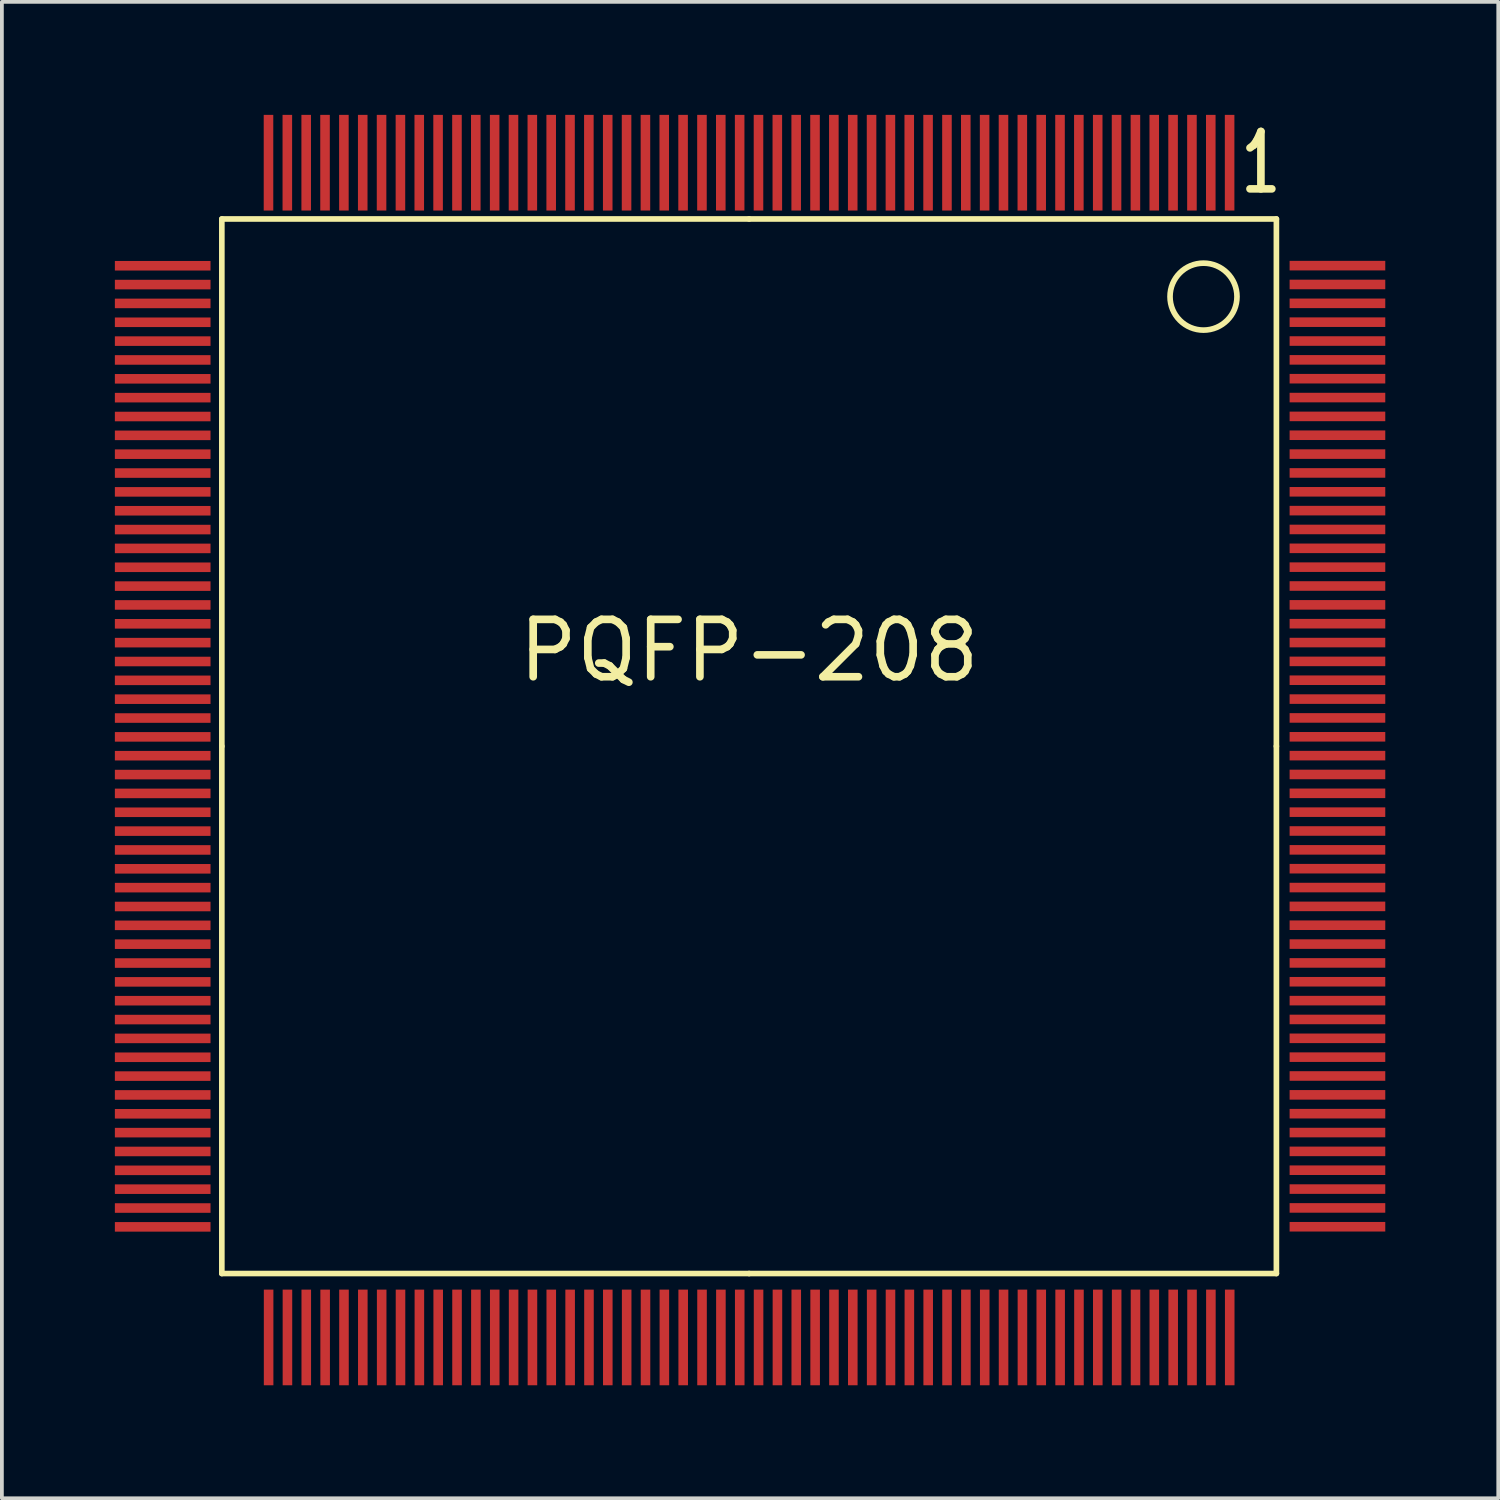
<source format=kicad_pcb>
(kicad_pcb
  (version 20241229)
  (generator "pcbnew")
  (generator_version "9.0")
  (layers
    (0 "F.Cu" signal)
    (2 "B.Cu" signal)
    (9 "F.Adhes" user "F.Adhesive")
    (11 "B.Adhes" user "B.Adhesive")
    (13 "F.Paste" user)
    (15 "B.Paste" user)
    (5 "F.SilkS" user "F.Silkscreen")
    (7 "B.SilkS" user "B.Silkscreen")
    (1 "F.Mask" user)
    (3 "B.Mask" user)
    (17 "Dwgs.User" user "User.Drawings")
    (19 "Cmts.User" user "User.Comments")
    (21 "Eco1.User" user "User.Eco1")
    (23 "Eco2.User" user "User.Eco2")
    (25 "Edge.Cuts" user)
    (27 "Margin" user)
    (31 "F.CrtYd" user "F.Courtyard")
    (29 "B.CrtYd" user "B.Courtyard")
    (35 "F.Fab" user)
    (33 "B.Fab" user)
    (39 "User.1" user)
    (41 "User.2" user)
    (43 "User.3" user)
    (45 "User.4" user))
  (footprint "PQFP-208"
    (layer "F.Cu")
    (at 16.84 16.764)
    (property "Reference" "PQFP-208" (at 0 -2.54 0) (layer "F.SilkS") (effects (font (size 1.524 1.524) (thickness 0.203))))
    (attr smd)
    (fp_line (start -14 -14) (end -14 0) (stroke (width 0.15) (type solid)) (layer "F.SilkS"))
    (fp_line (start -14 0) (end -14 14) (stroke (width 0.15) (type solid)) (layer "F.SilkS"))
    (fp_line (start -14 14) (end 0 14) (stroke (width 0.15) (type solid)) (layer "F.SilkS"))
    (fp_line (start 0 -14) (end -14 -14) (stroke (width 0.15) (type solid)) (layer "F.SilkS"))
    (fp_line (start 0 14) (end 14 14) (stroke (width 0.15) (type solid)) (layer "F.SilkS"))
    (fp_line (start 14 -14) (end 0 -14) (stroke (width 0.15) (type solid)) (layer "F.SilkS"))
    (fp_line (start 14 0) (end 14 -14) (stroke (width 0.15) (type solid)) (layer "F.SilkS"))
    (fp_line (start 14 14) (end 14 0) (stroke (width 0.15) (type solid)) (layer "F.SilkS"))
    (fp_circle (center 12.065 -11.938) (end 12.065 -12.827) (stroke (width 0.15) (type solid)) (fill no) (layer "F.SilkS"))
    (fp_text user "1" (at 13.589 -15.494 0) (layer "F.SilkS") (effects (font (size 1.524 1.016) (thickness 0.203))))
    (pad "1" smd rect (at 12.758 -15.494 90) (size 2.54 0.254) (layers "F.Cu" "F.Mask" "F.Paste"))
    (pad "2" smd rect (at 12.258 -15.494 90) (size 2.54 0.254) (layers "F.Cu" "F.Mask" "F.Paste"))
    (pad "3" smd rect (at 11.758 -15.494 90) (size 2.54 0.254) (layers "F.Cu" "F.Mask" "F.Paste"))
    (pad "4" smd rect (at 11.257 -15.494 90) (size 2.54 0.254) (layers "F.Cu" "F.Mask" "F.Paste"))
    (pad "5" smd rect (at 10.757 -15.494 90) (size 2.54 0.254) (layers "F.Cu" "F.Mask" "F.Paste"))
    (pad "6" smd rect (at 10.257 -15.494 90) (size 2.54 0.254) (layers "F.Cu" "F.Mask" "F.Paste"))
    (pad "7" smd rect (at 9.756 -15.494 90) (size 2.54 0.254) (layers "F.Cu" "F.Mask" "F.Paste"))
    (pad "8" smd rect (at 9.256 -15.494 90) (size 2.54 0.254) (layers "F.Cu" "F.Mask" "F.Paste"))
    (pad "9" smd rect (at 8.755 -15.494 90) (size 2.54 0.254) (layers "F.Cu" "F.Mask" "F.Paste"))
    (pad "10" smd rect (at 8.255 -15.494 90) (size 2.54 0.254) (layers "F.Cu" "F.Mask" "F.Paste"))
    (pad "11" smd rect (at 7.755 -15.494 90) (size 2.54 0.254) (layers "F.Cu" "F.Mask" "F.Paste"))
    (pad "12" smd rect (at 7.254 -15.494 90) (size 2.54 0.254) (layers "F.Cu" "F.Mask" "F.Paste"))
    (pad "13" smd rect (at 6.754 -15.494 90) (size 2.54 0.254) (layers "F.Cu" "F.Mask" "F.Paste"))
    (pad "14" smd rect (at 6.253 -15.494 90) (size 2.54 0.254) (layers "F.Cu" "F.Mask" "F.Paste"))
    (pad "15" smd rect (at 5.753 -15.494 90) (size 2.54 0.254) (layers "F.Cu" "F.Mask" "F.Paste"))
    (pad "16" smd rect (at 5.253 -15.494 90) (size 2.54 0.254) (layers "F.Cu" "F.Mask" "F.Paste"))
    (pad "17" smd rect (at 4.752 -15.494 90) (size 2.54 0.254) (layers "F.Cu" "F.Mask" "F.Paste"))
    (pad "18" smd rect (at 4.252 -15.494 90) (size 2.54 0.254) (layers "F.Cu" "F.Mask" "F.Paste"))
    (pad "19" smd rect (at 3.752 -15.494 90) (size 2.54 0.254) (layers "F.Cu" "F.Mask" "F.Paste"))
    (pad "20" smd rect (at 3.251 -15.494 90) (size 2.54 0.254) (layers "F.Cu" "F.Mask" "F.Paste"))
    (pad "21" smd rect (at 2.751 -15.494 90) (size 2.54 0.254) (layers "F.Cu" "F.Mask" "F.Paste"))
    (pad "22" smd rect (at 2.25 -15.494 90) (size 2.54 0.254) (layers "F.Cu" "F.Mask" "F.Paste"))
    (pad "23" smd rect (at 1.75 -15.494 90) (size 2.54 0.254) (layers "F.Cu" "F.Mask" "F.Paste"))
    (pad "24" smd rect (at 1.25 -15.494 90) (size 2.54 0.254) (layers "F.Cu" "F.Mask" "F.Paste"))
    (pad "25" smd rect (at 0.749 -15.494 90) (size 2.54 0.254) (layers "F.Cu" "F.Mask" "F.Paste"))
    (pad "26" smd rect (at 0.249 -15.494 90) (size 2.54 0.254) (layers "F.Cu" "F.Mask" "F.Paste"))
    (pad "27" smd rect (at -0.251 -15.494 90) (size 2.54 0.254) (layers "F.Cu" "F.Mask" "F.Paste"))
    (pad "28" smd rect (at -0.752 -15.494 90) (size 2.54 0.254) (layers "F.Cu" "F.Mask" "F.Paste"))
    (pad "29" smd rect (at -1.252 -15.494 90) (size 2.54 0.254) (layers "F.Cu" "F.Mask" "F.Paste"))
    (pad "30" smd rect (at -1.753 -15.494 90) (size 2.54 0.254) (layers "F.Cu" "F.Mask" "F.Paste"))
    (pad "31" smd rect (at -2.253 -15.494 90) (size 2.54 0.254) (layers "F.Cu" "F.Mask" "F.Paste"))
    (pad "32" smd rect (at -2.753 -15.494 90) (size 2.54 0.254) (layers "F.Cu" "F.Mask" "F.Paste"))
    (pad "33" smd rect (at -3.254 -15.494 90) (size 2.54 0.254) (layers "F.Cu" "F.Mask" "F.Paste"))
    (pad "34" smd rect (at -3.754 -15.494 90) (size 2.54 0.254) (layers "F.Cu" "F.Mask" "F.Paste"))
    (pad "35" smd rect (at -4.255 -15.494 90) (size 2.54 0.254) (layers "F.Cu" "F.Mask" "F.Paste"))
    (pad "36" smd rect (at -4.755 -15.494 90) (size 2.54 0.254) (layers "F.Cu" "F.Mask" "F.Paste"))
    (pad "37" smd rect (at -5.255 -15.494 90) (size 2.54 0.254) (layers "F.Cu" "F.Mask" "F.Paste"))
    (pad "38" smd rect (at -5.756 -15.494 90) (size 2.54 0.254) (layers "F.Cu" "F.Mask" "F.Paste"))
    (pad "39" smd rect (at -6.256 -15.494 90) (size 2.54 0.254) (layers "F.Cu" "F.Mask" "F.Paste"))
    (pad "40" smd rect (at -6.756 -15.494 90) (size 2.54 0.254) (layers "F.Cu" "F.Mask" "F.Paste"))
    (pad "41" smd rect (at -7.257 -15.494 90) (size 2.54 0.254) (layers "F.Cu" "F.Mask" "F.Paste"))
    (pad "42" smd rect (at -7.757 -15.494 90) (size 2.54 0.254) (layers "F.Cu" "F.Mask" "F.Paste"))
    (pad "43" smd rect (at -8.258 -15.494 90) (size 2.54 0.254) (layers "F.Cu" "F.Mask" "F.Paste"))
    (pad "44" smd rect (at -8.758 -15.494 90) (size 2.54 0.254) (layers "F.Cu" "F.Mask" "F.Paste"))
    (pad "45" smd rect (at -9.258 -15.494 90) (size 2.54 0.254) (layers "F.Cu" "F.Mask" "F.Paste"))
    (pad "46" smd rect (at -9.759 -15.494 90) (size 2.54 0.254) (layers "F.Cu" "F.Mask" "F.Paste"))
    (pad "47" smd rect (at -10.259 -15.494 90) (size 2.54 0.254) (layers "F.Cu" "F.Mask" "F.Paste"))
    (pad "48" smd rect (at -10.759 -15.494 90) (size 2.54 0.254) (layers "F.Cu" "F.Mask" "F.Paste"))
    (pad "49" smd rect (at -11.26 -15.494 90) (size 2.54 0.254) (layers "F.Cu" "F.Mask" "F.Paste"))
    (pad "50" smd rect (at -11.76 -15.494 90) (size 2.54 0.254) (layers "F.Cu" "F.Mask" "F.Paste"))
    (pad "51" smd rect (at -12.261 -15.494 90) (size 2.54 0.254) (layers "F.Cu" "F.Mask" "F.Paste"))
    (pad "52" smd rect (at -12.761 -15.494 90) (size 2.54 0.254) (layers "F.Cu" "F.Mask" "F.Paste"))
    (pad "53" smd rect (at -15.57 -12.758) (size 2.54 0.254) (layers "F.Cu" "F.Mask" "F.Paste"))
    (pad "54" smd rect (at -15.57 -12.258) (size 2.54 0.254) (layers "F.Cu" "F.Mask" "F.Paste"))
    (pad "55" smd rect (at -15.57 -11.758) (size 2.54 0.254) (layers "F.Cu" "F.Mask" "F.Paste"))
    (pad "56" smd rect (at -15.57 -11.257) (size 2.54 0.254) (layers "F.Cu" "F.Mask" "F.Paste"))
    (pad "57" smd rect (at -15.57 -10.757) (size 2.54 0.254) (layers "F.Cu" "F.Mask" "F.Paste"))
    (pad "58" smd rect (at -15.57 -10.257) (size 2.54 0.254) (layers "F.Cu" "F.Mask" "F.Paste"))
    (pad "59" smd rect (at -15.57 -9.756) (size 2.54 0.254) (layers "F.Cu" "F.Mask" "F.Paste"))
    (pad "60" smd rect (at -15.57 -9.256) (size 2.54 0.254) (layers "F.Cu" "F.Mask" "F.Paste"))
    (pad "61" smd rect (at -15.57 -8.755) (size 2.54 0.254) (layers "F.Cu" "F.Mask" "F.Paste"))
    (pad "62" smd rect (at -15.57 -8.255) (size 2.54 0.254) (layers "F.Cu" "F.Mask" "F.Paste"))
    (pad "63" smd rect (at -15.57 -7.755) (size 2.54 0.254) (layers "F.Cu" "F.Mask" "F.Paste"))
    (pad "64" smd rect (at -15.57 -7.254) (size 2.54 0.254) (layers "F.Cu" "F.Mask" "F.Paste"))
    (pad "65" smd rect (at -15.57 -6.754) (size 2.54 0.254) (layers "F.Cu" "F.Mask" "F.Paste"))
    (pad "66" smd rect (at -15.57 -6.253) (size 2.54 0.254) (layers "F.Cu" "F.Mask" "F.Paste"))
    (pad "67" smd rect (at -15.57 -5.753) (size 2.54 0.254) (layers "F.Cu" "F.Mask" "F.Paste"))
    (pad "68" smd rect (at -15.57 -5.253) (size 2.54 0.254) (layers "F.Cu" "F.Mask" "F.Paste"))
    (pad "69" smd rect (at -15.57 -4.752) (size 2.54 0.254) (layers "F.Cu" "F.Mask" "F.Paste"))
    (pad "70" smd rect (at -15.57 -4.252) (size 2.54 0.254) (layers "F.Cu" "F.Mask" "F.Paste"))
    (pad "71" smd rect (at -15.57 -3.752) (size 2.54 0.254) (layers "F.Cu" "F.Mask" "F.Paste"))
    (pad "72" smd rect (at -15.57 -3.251) (size 2.54 0.254) (layers "F.Cu" "F.Mask" "F.Paste"))
    (pad "73" smd rect (at -15.57 -2.751) (size 2.54 0.254) (layers "F.Cu" "F.Mask" "F.Paste"))
    (pad "74" smd rect (at -15.57 -2.25) (size 2.54 0.254) (layers "F.Cu" "F.Mask" "F.Paste"))
    (pad "75" smd rect (at -15.57 -1.75) (size 2.54 0.254) (layers "F.Cu" "F.Mask" "F.Paste"))
    (pad "76" smd rect (at -15.57 -1.25) (size 2.54 0.254) (layers "F.Cu" "F.Mask" "F.Paste"))
    (pad "77" smd rect (at -15.57 -0.749) (size 2.54 0.254) (layers "F.Cu" "F.Mask" "F.Paste"))
    (pad "78" smd rect (at -15.57 -0.249) (size 2.54 0.254) (layers "F.Cu" "F.Mask" "F.Paste"))
    (pad "79" smd rect (at -15.57 0.251) (size 2.54 0.254) (layers "F.Cu" "F.Mask" "F.Paste"))
    (pad "80" smd rect (at -15.57 0.752) (size 2.54 0.254) (layers "F.Cu" "F.Mask" "F.Paste"))
    (pad "81" smd rect (at -15.57 1.252) (size 2.54 0.254) (layers "F.Cu" "F.Mask" "F.Paste"))
    (pad "82" smd rect (at -15.57 1.753) (size 2.54 0.254) (layers "F.Cu" "F.Mask" "F.Paste"))
    (pad "83" smd rect (at -15.57 2.253) (size 2.54 0.254) (layers "F.Cu" "F.Mask" "F.Paste"))
    (pad "84" smd rect (at -15.57 2.753) (size 2.54 0.254) (layers "F.Cu" "F.Mask" "F.Paste"))
    (pad "85" smd rect (at -15.57 3.254) (size 2.54 0.254) (layers "F.Cu" "F.Mask" "F.Paste"))
    (pad "86" smd rect (at -15.57 3.754) (size 2.54 0.254) (layers "F.Cu" "F.Mask" "F.Paste"))
    (pad "87" smd rect (at -15.57 4.255) (size 2.54 0.254) (layers "F.Cu" "F.Mask" "F.Paste"))
    (pad "88" smd rect (at -15.57 4.755) (size 2.54 0.254) (layers "F.Cu" "F.Mask" "F.Paste"))
    (pad "89" smd rect (at -15.57 5.255) (size 2.54 0.254) (layers "F.Cu" "F.Mask" "F.Paste"))
    (pad "90" smd rect (at -15.57 5.756) (size 2.54 0.254) (layers "F.Cu" "F.Mask" "F.Paste"))
    (pad "91" smd rect (at -15.57 6.256) (size 2.54 0.254) (layers "F.Cu" "F.Mask" "F.Paste"))
    (pad "92" smd rect (at -15.57 6.756) (size 2.54 0.254) (layers "F.Cu" "F.Mask" "F.Paste"))
    (pad "93" smd rect (at -15.57 7.257) (size 2.54 0.254) (layers "F.Cu" "F.Mask" "F.Paste"))
    (pad "94" smd rect (at -15.57 7.757) (size 2.54 0.254) (layers "F.Cu" "F.Mask" "F.Paste"))
    (pad "95" smd rect (at -15.57 8.258) (size 2.54 0.254) (layers "F.Cu" "F.Mask" "F.Paste"))
    (pad "96" smd rect (at -15.57 8.758) (size 2.54 0.254) (layers "F.Cu" "F.Mask" "F.Paste"))
    (pad "97" smd rect (at -15.57 9.258) (size 2.54 0.254) (layers "F.Cu" "F.Mask" "F.Paste"))
    (pad "98" smd rect (at -15.57 9.759) (size 2.54 0.254) (layers "F.Cu" "F.Mask" "F.Paste"))
    (pad "99" smd rect (at -15.57 10.259) (size 2.54 0.254) (layers "F.Cu" "F.Mask" "F.Paste"))
    (pad "100" smd rect (at -15.57 10.759) (size 2.54 0.254) (layers "F.Cu" "F.Mask" "F.Paste"))
    (pad "101" smd rect (at -15.57 11.26) (size 2.54 0.254) (layers "F.Cu" "F.Mask" "F.Paste"))
    (pad "102" smd rect (at -15.57 11.76) (size 2.54 0.254) (layers "F.Cu" "F.Mask" "F.Paste"))
    (pad "103" smd rect (at -15.57 12.261) (size 2.54 0.254) (layers "F.Cu" "F.Mask" "F.Paste"))
    (pad "104" smd rect (at -15.57 12.761) (size 2.54 0.254) (layers "F.Cu" "F.Mask" "F.Paste"))
    (pad "105" smd rect (at -12.758 15.697 90) (size 2.54 0.254) (layers "F.Cu" "F.Mask" "F.Paste"))
    (pad "106" smd rect (at -12.258 15.697 90) (size 2.54 0.254) (layers "F.Cu" "F.Mask" "F.Paste"))
    (pad "107" smd rect (at -11.758 15.697 90) (size 2.54 0.254) (layers "F.Cu" "F.Mask" "F.Paste"))
    (pad "108" smd rect (at -11.257 15.697 90) (size 2.54 0.254) (layers "F.Cu" "F.Mask" "F.Paste"))
    (pad "109" smd rect (at -10.757 15.697 90) (size 2.54 0.254) (layers "F.Cu" "F.Mask" "F.Paste"))
    (pad "110" smd rect (at -10.257 15.697 90) (size 2.54 0.254) (layers "F.Cu" "F.Mask" "F.Paste"))
    (pad "111" smd rect (at -9.756 15.697 90) (size 2.54 0.254) (layers "F.Cu" "F.Mask" "F.Paste"))
    (pad "112" smd rect (at -9.256 15.697 90) (size 2.54 0.254) (layers "F.Cu" "F.Mask" "F.Paste"))
    (pad "113" smd rect (at -8.755 15.697 90) (size 2.54 0.254) (layers "F.Cu" "F.Mask" "F.Paste"))
    (pad "114" smd rect (at -8.255 15.697 90) (size 2.54 0.254) (layers "F.Cu" "F.Mask" "F.Paste"))
    (pad "115" smd rect (at -7.755 15.697 90) (size 2.54 0.254) (layers "F.Cu" "F.Mask" "F.Paste"))
    (pad "116" smd rect (at -7.254 15.697 90) (size 2.54 0.254) (layers "F.Cu" "F.Mask" "F.Paste"))
    (pad "117" smd rect (at -6.754 15.697 90) (size 2.54 0.254) (layers "F.Cu" "F.Mask" "F.Paste"))
    (pad "118" smd rect (at -6.253 15.697 90) (size 2.54 0.254) (layers "F.Cu" "F.Mask" "F.Paste"))
    (pad "119" smd rect (at -5.753 15.697 90) (size 2.54 0.254) (layers "F.Cu" "F.Mask" "F.Paste"))
    (pad "120" smd rect (at -5.253 15.697 90) (size 2.54 0.254) (layers "F.Cu" "F.Mask" "F.Paste"))
    (pad "121" smd rect (at -4.752 15.697 90) (size 2.54 0.254) (layers "F.Cu" "F.Mask" "F.Paste"))
    (pad "122" smd rect (at -4.252 15.697 90) (size 2.54 0.254) (layers "F.Cu" "F.Mask" "F.Paste"))
    (pad "123" smd rect (at -3.752 15.697 90) (size 2.54 0.254) (layers "F.Cu" "F.Mask" "F.Paste"))
    (pad "124" smd rect (at -3.251 15.697 90) (size 2.54 0.254) (layers "F.Cu" "F.Mask" "F.Paste"))
    (pad "125" smd rect (at -2.751 15.697 90) (size 2.54 0.254) (layers "F.Cu" "F.Mask" "F.Paste"))
    (pad "126" smd rect (at -2.25 15.697 90) (size 2.54 0.254) (layers "F.Cu" "F.Mask" "F.Paste"))
    (pad "127" smd rect (at -1.75 15.697 90) (size 2.54 0.254) (layers "F.Cu" "F.Mask" "F.Paste"))
    (pad "128" smd rect (at -1.25 15.697 90) (size 2.54 0.254) (layers "F.Cu" "F.Mask" "F.Paste"))
    (pad "129" smd rect (at -0.749 15.697 90) (size 2.54 0.254) (layers "F.Cu" "F.Mask" "F.Paste"))
    (pad "130" smd rect (at -0.249 15.697 90) (size 2.54 0.254) (layers "F.Cu" "F.Mask" "F.Paste"))
    (pad "131" smd rect (at 0.251 15.697 90) (size 2.54 0.254) (layers "F.Cu" "F.Mask" "F.Paste"))
    (pad "132" smd rect (at 0.752 15.697 90) (size 2.54 0.254) (layers "F.Cu" "F.Mask" "F.Paste"))
    (pad "133" smd rect (at 1.252 15.697 90) (size 2.54 0.254) (layers "F.Cu" "F.Mask" "F.Paste"))
    (pad "134" smd rect (at 1.753 15.697 90) (size 2.54 0.254) (layers "F.Cu" "F.Mask" "F.Paste"))
    (pad "135" smd rect (at 2.253 15.697 90) (size 2.54 0.254) (layers "F.Cu" "F.Mask" "F.Paste"))
    (pad "136" smd rect (at 2.753 15.697 90) (size 2.54 0.254) (layers "F.Cu" "F.Mask" "F.Paste"))
    (pad "137" smd rect (at 3.254 15.697 90) (size 2.54 0.254) (layers "F.Cu" "F.Mask" "F.Paste"))
    (pad "138" smd rect (at 3.754 15.697 90) (size 2.54 0.254) (layers "F.Cu" "F.Mask" "F.Paste"))
    (pad "139" smd rect (at 4.255 15.697 90) (size 2.54 0.254) (layers "F.Cu" "F.Mask" "F.Paste"))
    (pad "140" smd rect (at 4.755 15.697 90) (size 2.54 0.254) (layers "F.Cu" "F.Mask" "F.Paste"))
    (pad "141" smd rect (at 5.255 15.697 90) (size 2.54 0.254) (layers "F.Cu" "F.Mask" "F.Paste"))
    (pad "142" smd rect (at 5.756 15.697 90) (size 2.54 0.254) (layers "F.Cu" "F.Mask" "F.Paste"))
    (pad "143" smd rect (at 6.256 15.697 90) (size 2.54 0.254) (layers "F.Cu" "F.Mask" "F.Paste"))
    (pad "144" smd rect (at 6.756 15.697 90) (size 2.54 0.254) (layers "F.Cu" "F.Mask" "F.Paste"))
    (pad "145" smd rect (at 7.257 15.697 90) (size 2.54 0.254) (layers "F.Cu" "F.Mask" "F.Paste"))
    (pad "146" smd rect (at 7.757 15.697 90) (size 2.54 0.254) (layers "F.Cu" "F.Mask" "F.Paste"))
    (pad "147" smd rect (at 8.258 15.697 90) (size 2.54 0.254) (layers "F.Cu" "F.Mask" "F.Paste"))
    (pad "148" smd rect (at 8.758 15.697 90) (size 2.54 0.254) (layers "F.Cu" "F.Mask" "F.Paste"))
    (pad "149" smd rect (at 9.258 15.697 90) (size 2.54 0.254) (layers "F.Cu" "F.Mask" "F.Paste"))
    (pad "150" smd rect (at 9.759 15.697 90) (size 2.54 0.254) (layers "F.Cu" "F.Mask" "F.Paste"))
    (pad "151" smd rect (at 10.259 15.697 90) (size 2.54 0.254) (layers "F.Cu" "F.Mask" "F.Paste"))
    (pad "152" smd rect (at 10.759 15.697 90) (size 2.54 0.254) (layers "F.Cu" "F.Mask" "F.Paste"))
    (pad "153" smd rect (at 11.26 15.697 90) (size 2.54 0.254) (layers "F.Cu" "F.Mask" "F.Paste"))
    (pad "154" smd rect (at 11.76 15.697 90) (size 2.54 0.254) (layers "F.Cu" "F.Mask" "F.Paste"))
    (pad "155" smd rect (at 12.261 15.697 90) (size 2.54 0.254) (layers "F.Cu" "F.Mask" "F.Paste"))
    (pad "156" smd rect (at 12.761 15.697 90) (size 2.54 0.254) (layers "F.Cu" "F.Mask" "F.Paste"))
    (pad "157" smd rect (at 15.621 12.758) (size 2.54 0.254) (layers "F.Cu" "F.Mask" "F.Paste"))
    (pad "158" smd rect (at 15.621 12.258) (size 2.54 0.254) (layers "F.Cu" "F.Mask" "F.Paste"))
    (pad "159" smd rect (at 15.621 11.758) (size 2.54 0.254) (layers "F.Cu" "F.Mask" "F.Paste"))
    (pad "160" smd rect (at 15.621 11.257) (size 2.54 0.254) (layers "F.Cu" "F.Mask" "F.Paste"))
    (pad "161" smd rect (at 15.621 10.757) (size 2.54 0.254) (layers "F.Cu" "F.Mask" "F.Paste"))
    (pad "162" smd rect (at 15.621 10.257) (size 2.54 0.254) (layers "F.Cu" "F.Mask" "F.Paste"))
    (pad "163" smd rect (at 15.621 9.756) (size 2.54 0.254) (layers "F.Cu" "F.Mask" "F.Paste"))
    (pad "164" smd rect (at 15.621 9.256) (size 2.54 0.254) (layers "F.Cu" "F.Mask" "F.Paste"))
    (pad "165" smd rect (at 15.621 8.755) (size 2.54 0.254) (layers "F.Cu" "F.Mask" "F.Paste"))
    (pad "166" smd rect (at 15.621 8.255) (size 2.54 0.254) (layers "F.Cu" "F.Mask" "F.Paste"))
    (pad "167" smd rect (at 15.621 7.755) (size 2.54 0.254) (layers "F.Cu" "F.Mask" "F.Paste"))
    (pad "168" smd rect (at 15.621 7.254) (size 2.54 0.254) (layers "F.Cu" "F.Mask" "F.Paste"))
    (pad "169" smd rect (at 15.621 6.754) (size 2.54 0.254) (layers "F.Cu" "F.Mask" "F.Paste"))
    (pad "170" smd rect (at 15.621 6.253) (size 2.54 0.254) (layers "F.Cu" "F.Mask" "F.Paste"))
    (pad "171" smd rect (at 15.621 5.753) (size 2.54 0.254) (layers "F.Cu" "F.Mask" "F.Paste"))
    (pad "172" smd rect (at 15.621 5.253) (size 2.54 0.254) (layers "F.Cu" "F.Mask" "F.Paste"))
    (pad "173" smd rect (at 15.621 4.752) (size 2.54 0.254) (layers "F.Cu" "F.Mask" "F.Paste"))
    (pad "174" smd rect (at 15.621 4.252) (size 2.54 0.254) (layers "F.Cu" "F.Mask" "F.Paste"))
    (pad "175" smd rect (at 15.621 3.752) (size 2.54 0.254) (layers "F.Cu" "F.Mask" "F.Paste"))
    (pad "176" smd rect (at 15.621 3.251) (size 2.54 0.254) (layers "F.Cu" "F.Mask" "F.Paste"))
    (pad "177" smd rect (at 15.621 2.751) (size 2.54 0.254) (layers "F.Cu" "F.Mask" "F.Paste"))
    (pad "178" smd rect (at 15.621 2.25) (size 2.54 0.254) (layers "F.Cu" "F.Mask" "F.Paste"))
    (pad "179" smd rect (at 15.621 1.75) (size 2.54 0.254) (layers "F.Cu" "F.Mask" "F.Paste"))
    (pad "180" smd rect (at 15.621 1.25) (size 2.54 0.254) (layers "F.Cu" "F.Mask" "F.Paste"))
    (pad "181" smd rect (at 15.621 0.749) (size 2.54 0.254) (layers "F.Cu" "F.Mask" "F.Paste"))
    (pad "182" smd rect (at 15.621 0.249) (size 2.54 0.254) (layers "F.Cu" "F.Mask" "F.Paste"))
    (pad "183" smd rect (at 15.621 -0.251) (size 2.54 0.254) (layers "F.Cu" "F.Mask" "F.Paste"))
    (pad "184" smd rect (at 15.621 -0.752) (size 2.54 0.254) (layers "F.Cu" "F.Mask" "F.Paste"))
    (pad "185" smd rect (at 15.621 -1.252) (size 2.54 0.254) (layers "F.Cu" "F.Mask" "F.Paste"))
    (pad "186" smd rect (at 15.621 -1.753) (size 2.54 0.254) (layers "F.Cu" "F.Mask" "F.Paste"))
    (pad "187" smd rect (at 15.621 -2.253) (size 2.54 0.254) (layers "F.Cu" "F.Mask" "F.Paste"))
    (pad "188" smd rect (at 15.621 -2.753) (size 2.54 0.254) (layers "F.Cu" "F.Mask" "F.Paste"))
    (pad "189" smd rect (at 15.621 -3.254) (size 2.54 0.254) (layers "F.Cu" "F.Mask" "F.Paste"))
    (pad "190" smd rect (at 15.621 -3.754) (size 2.54 0.254) (layers "F.Cu" "F.Mask" "F.Paste"))
    (pad "191" smd rect (at 15.621 -4.255) (size 2.54 0.254) (layers "F.Cu" "F.Mask" "F.Paste"))
    (pad "192" smd rect (at 15.621 -4.755) (size 2.54 0.254) (layers "F.Cu" "F.Mask" "F.Paste"))
    (pad "193" smd rect (at 15.621 -5.255) (size 2.54 0.254) (layers "F.Cu" "F.Mask" "F.Paste"))
    (pad "194" smd rect (at 15.621 -5.756) (size 2.54 0.254) (layers "F.Cu" "F.Mask" "F.Paste"))
    (pad "195" smd rect (at 15.621 -6.256) (size 2.54 0.254) (layers "F.Cu" "F.Mask" "F.Paste"))
    (pad "196" smd rect (at 15.621 -6.756) (size 2.54 0.254) (layers "F.Cu" "F.Mask" "F.Paste"))
    (pad "197" smd rect (at 15.621 -7.257) (size 2.54 0.254) (layers "F.Cu" "F.Mask" "F.Paste"))
    (pad "198" smd rect (at 15.621 -7.757) (size 2.54 0.254) (layers "F.Cu" "F.Mask" "F.Paste"))
    (pad "199" smd rect (at 15.621 -8.258) (size 2.54 0.254) (layers "F.Cu" "F.Mask" "F.Paste"))
    (pad "200" smd rect (at 15.621 -8.758) (size 2.54 0.254) (layers "F.Cu" "F.Mask" "F.Paste"))
    (pad "201" smd rect (at 15.621 -9.258) (size 2.54 0.254) (layers "F.Cu" "F.Mask" "F.Paste"))
    (pad "202" smd rect (at 15.621 -9.759) (size 2.54 0.254) (layers "F.Cu" "F.Mask" "F.Paste"))
    (pad "203" smd rect (at 15.621 -10.259) (size 2.54 0.254) (layers "F.Cu" "F.Mask" "F.Paste"))
    (pad "204" smd rect (at 15.621 -10.759) (size 2.54 0.254) (layers "F.Cu" "F.Mask" "F.Paste"))
    (pad "205" smd rect (at 15.621 -11.26) (size 2.54 0.254) (layers "F.Cu" "F.Mask" "F.Paste"))
    (pad "206" smd rect (at 15.621 -11.76) (size 2.54 0.254) (layers "F.Cu" "F.Mask" "F.Paste"))
    (pad "207" smd rect (at 15.621 -12.261) (size 2.54 0.254) (layers "F.Cu" "F.Mask" "F.Paste"))
    (pad "208" smd rect (at 15.621 -12.761) (size 2.54 0.254) (layers "F.Cu" "F.Mask" "F.Paste")))
  (gr_rect
    (start -3 -3)
    (end 36.731 36.731)
    (stroke (width 0.1) (type default))
    (fill no)
    (layer "Edge.Cuts")))
</source>
